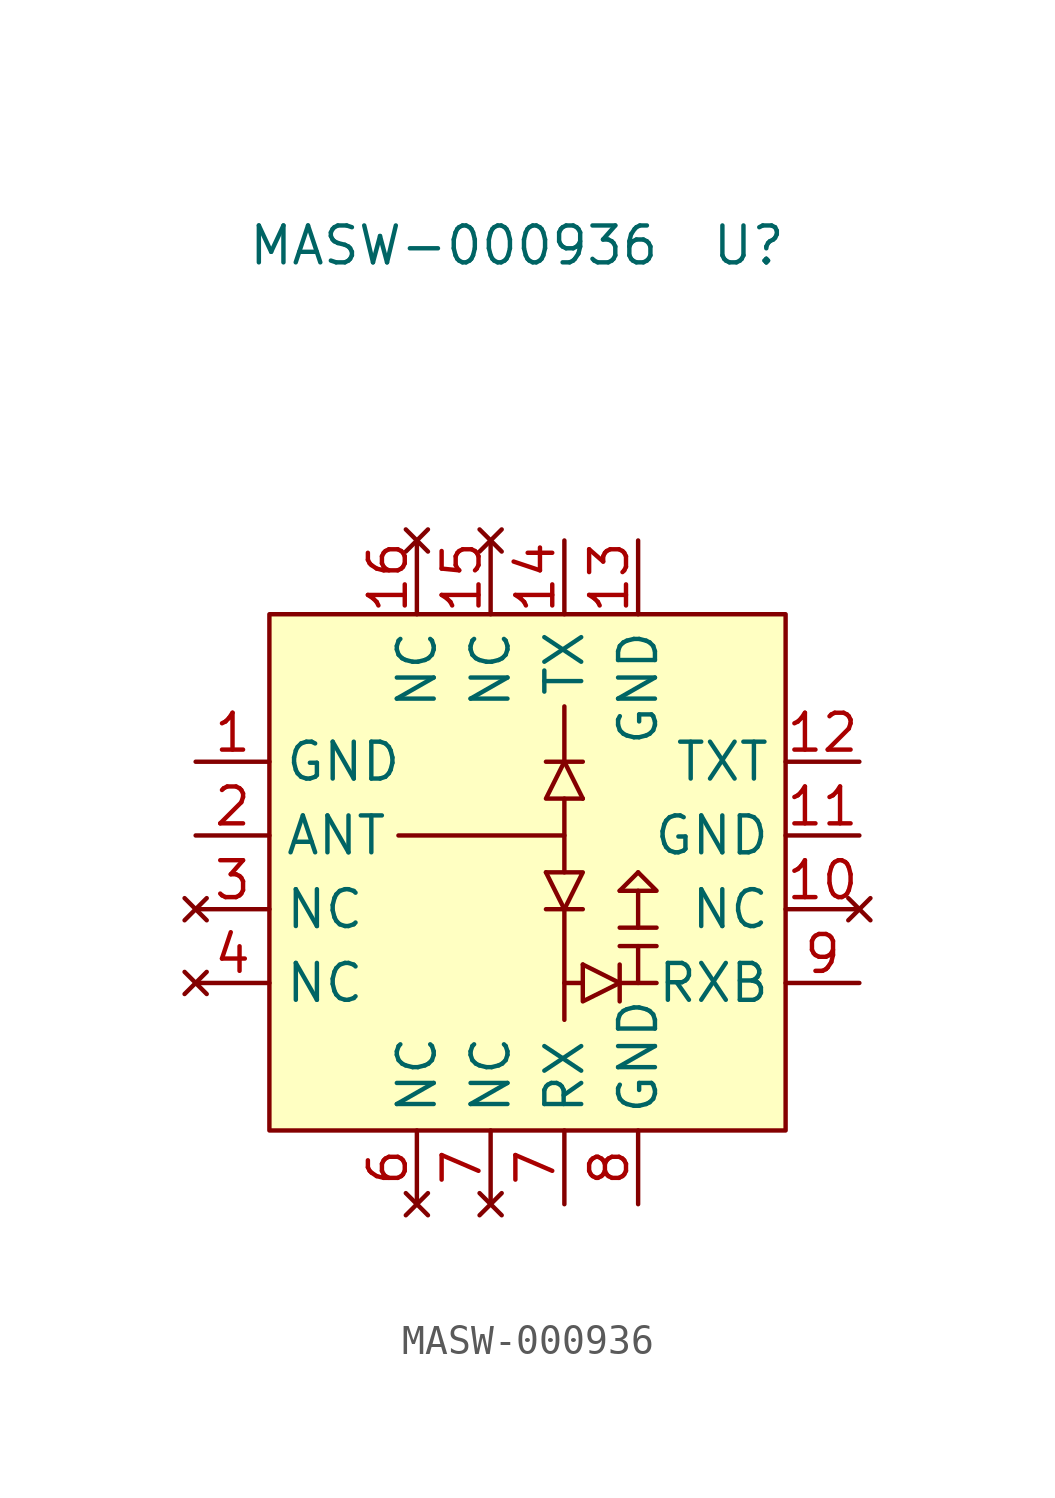
<source format=kicad_sym>
(kicad_symbol_lib
  (version 20211014)
  (generator kicad_symbol_editor)
  (symbol "MASW-000936"
    (property "Reference" "U"
      (at 7.62 21.59 0)
      (effects (font (size 1.27 1.27))))
    (property "Value" "MASW-000936"
      (at -2.54 21.59 0)
      (effects (font (size 1.27 1.27))))
    (symbol "MASW-000936_0_1"
      (rectangle (start -8.89 8.89) (end 8.89 -8.89) (stroke (width 0.152) (type default) (color 0 0 0 0)) (fill (type background)))
      (polyline (pts (xy -4.445 1.27) (xy 1.27 1.27)) (stroke (width 0.152) (type default) (color 0 0 0 0)) (fill (type none)))
      (polyline (pts (xy 0.635 -1.27) (xy 1.905 -1.27)) (stroke (width 0.152) (type default) (color 0 0 0 0)) (fill (type none)))
      (polyline (pts (xy 0.635 0) (xy 1.27 -1.27)) (stroke (width 0.152) (type default) (color 0 0 0 0)) (fill (type none)))
      (polyline (pts (xy 1.27 -3.81) (xy 1.905 -3.81)) (stroke (width 0.152) (type default) (color 0 0 0 0)) (fill (type none)))
      (polyline (pts (xy 1.27 -1.27) (xy 1.27 -5.08)) (stroke (width 0.152) (type default) (color 0 0 0 0)) (fill (type none)))
      (polyline (pts (xy 1.27 2.54) (xy 1.27 0)) (stroke (width 0.152) (type default) (color 0 0 0 0)) (fill (type none)))
      (polyline (pts (xy 1.27 5.715) (xy 1.27 3.81)) (stroke (width 0.152) (type default) (color 0 0 0 0)) (fill (type none)))
      (polyline (pts (xy 1.905 -3.175) (xy 3.175 -3.81)) (stroke (width 0.152) (type default) (color 0 0 0 0)) (fill (type none)))
      (polyline (pts (xy 1.905 2.54) (xy 1.27 3.81)) (stroke (width 0.152) (type default) (color 0 0 0 0)) (fill (type none)))
      (polyline (pts (xy 1.905 3.81) (xy 0.635 3.81)) (stroke (width 0.152) (type default) (color 0 0 0 0)) (fill (type none)))
      (polyline (pts (xy 3.175 -3.81) (xy 4.445 -3.81)) (stroke (width 0.152) (type default) (color 0 0 0 0)) (fill (type none)))
      (polyline (pts (xy 3.175 -3.175) (xy 3.175 -4.445)) (stroke (width 0.152) (type default) (color 0 0 0 0)) (fill (type none)))
      (polyline (pts (xy 3.175 -2.54) (xy 4.445 -2.54)) (stroke (width 0.152) (type default) (color 0 0 0 0)) (fill (type none)))
      (polyline (pts (xy 3.175 -1.905) (xy 4.445 -1.905)) (stroke (width 0.152) (type default) (color 0 0 0 0)) (fill (type none)))
      (polyline (pts (xy 3.175 -0.635) (xy 3.81 0)) (stroke (width 0.152) (type default) (color 0 0 0 0)) (fill (type none)))
      (polyline (pts (xy 3.81 -3.81) (xy 3.81 -2.54)) (stroke (width 0.152) (type default) (color 0 0 0 0)) (fill (type none)))
      (polyline (pts (xy 3.81 -1.905) (xy 3.81 -0.635)) (stroke (width 0.152) (type default) (color 0 0 0 0)) (fill (type none)))
      (polyline (pts (xy 0.635 0) (xy 1.905 0) (xy 1.27 -1.27)) (stroke (width 0.152) (type default) (color 0 0 0 0)) (fill (type none)))
      (polyline (pts (xy 1.905 -3.175) (xy 1.905 -4.445) (xy 3.175 -3.81)) (stroke (width 0.152) (type default) (color 0 0 0 0)) (fill (type none)))
      (polyline (pts (xy 1.905 2.54) (xy 0.635 2.54) (xy 1.27 3.81)) (stroke (width 0.152) (type default) (color 0 0 0 0)) (fill (type none)))
      (polyline (pts (xy 3.175 -0.635) (xy 4.445 -0.635) (xy 3.81 0)) (stroke (width 0.152) (type default) (color 0 0 0 0)) (fill (type none))))
    (symbol "MASW-000936_1_1"
      (pin power_in line (at -11.43 3.81 0) (length 2.54) (name "GND" (effects (font (size 1.27 1.27)))) (number "1" (effects (font (size 1.27 1.27)))))
      (pin no_connect line (at 11.43 -1.27 180) (length 2.54) (name "NC" (effects (font (size 1.27 1.27)))) (number "10" (effects (font (size 1.27 1.27)))))
      (pin power_in line (at 11.43 1.27 180) (length 2.54) (name "GND" (effects (font (size 1.27 1.27)))) (number "11" (effects (font (size 1.27 1.27)))))
      (pin input line (at 11.43 3.81 180) (length 2.54) (name "TXT" (effects (font (size 1.27 1.27)))) (number "12" (effects (font (size 1.27 1.27)))))
      (pin power_in line (at 3.81 11.43 270) (length 2.54) (name "GND" (effects (font (size 1.27 1.27)))) (number "13" (effects (font (size 1.27 1.27)))))
      (pin input line (at 1.27 11.43 270) (length 2.54) (name "TX" (effects (font (size 1.27 1.27)))) (number "14" (effects (font (size 1.27 1.27)))))
      (pin no_connect line (at -1.27 11.43 270) (length 2.54) (name "NC" (effects (font (size 1.27 1.27)))) (number "15" (effects (font (size 1.27 1.27)))))
      (pin no_connect line (at -3.81 11.43 270) (length 2.54) (name "NC" (effects (font (size 1.27 1.27)))) (number "16" (effects (font (size 1.27 1.27)))))
      (pin bidirectional line (at -11.43 1.27 0) (length 2.54) (name "ANT" (effects (font (size 1.27 1.27)))) (number "2" (effects (font (size 1.27 1.27)))))
      (pin no_connect line (at -11.43 -1.27 0) (length 2.54) (name "NC" (effects (font (size 1.27 1.27)))) (number "3" (effects (font (size 1.27 1.27)))))
      (pin no_connect line (at -11.43 -3.81 0) (length 2.54) (name "NC" (effects (font (size 1.27 1.27)))) (number "4" (effects (font (size 1.27 1.27)))))
      (pin no_connect line (at -3.81 -11.43 90) (length 2.54) (name "NC" (effects (font (size 1.27 1.27)))) (number "6" (effects (font (size 1.27 1.27)))))
      (pin no_connect line (at -1.27 -11.43 90) (length 2.54) (name "NC" (effects (font (size 1.27 1.27)))) (number "7" (effects (font (size 1.27 1.27)))))
      (pin output line (at 1.27 -11.43 90) (length 2.54) (name "RX" (effects (font (size 1.27 1.27)))) (number "7" (effects (font (size 1.27 1.27)))))
      (pin power_in line (at 3.81 -11.43 90) (length 2.54) (name "GND" (effects (font (size 1.27 1.27)))) (number "8" (effects (font (size 1.27 1.27)))))
      (pin input line (at 11.43 -3.81 180) (length 2.54) (name "RXB" (effects (font (size 1.27 1.27)))) (number "9" (effects (font (size 1.27 1.27))))))))
</source>
